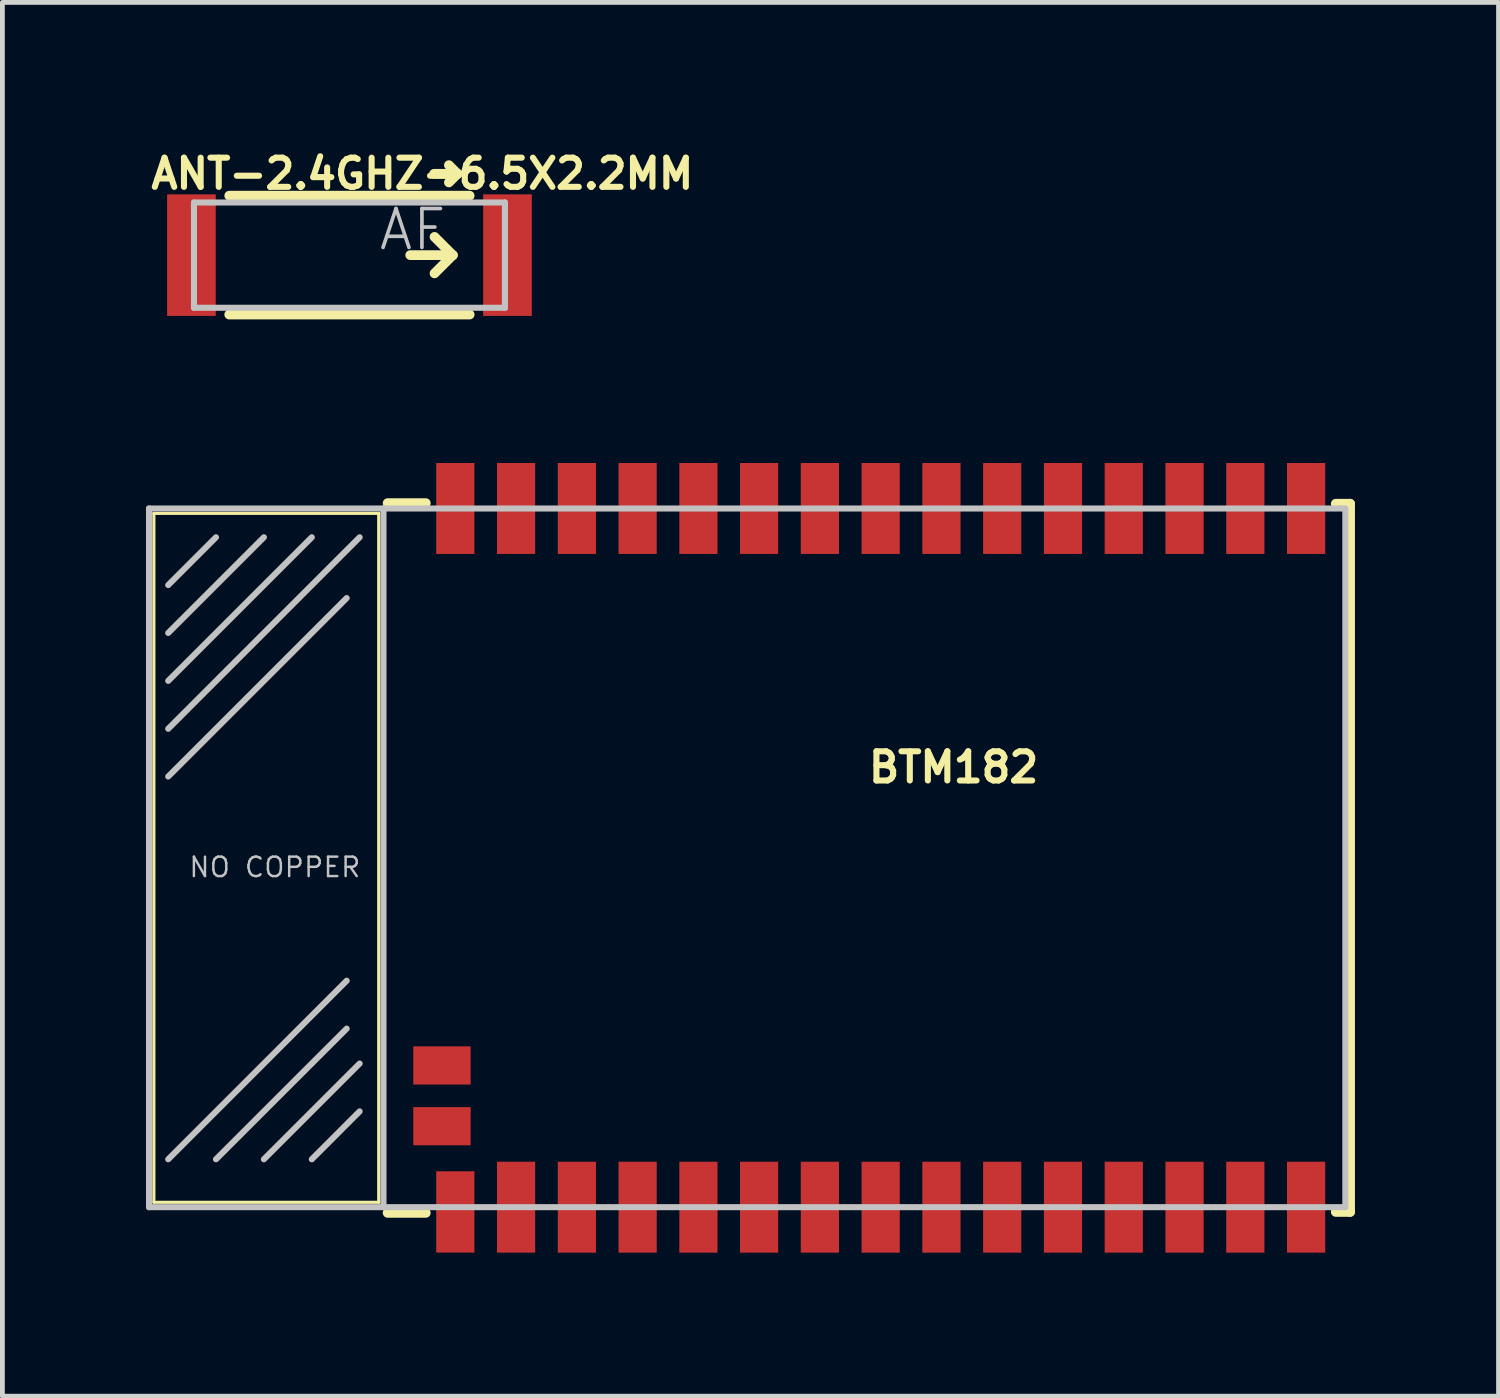
<source format=kicad_pcb>
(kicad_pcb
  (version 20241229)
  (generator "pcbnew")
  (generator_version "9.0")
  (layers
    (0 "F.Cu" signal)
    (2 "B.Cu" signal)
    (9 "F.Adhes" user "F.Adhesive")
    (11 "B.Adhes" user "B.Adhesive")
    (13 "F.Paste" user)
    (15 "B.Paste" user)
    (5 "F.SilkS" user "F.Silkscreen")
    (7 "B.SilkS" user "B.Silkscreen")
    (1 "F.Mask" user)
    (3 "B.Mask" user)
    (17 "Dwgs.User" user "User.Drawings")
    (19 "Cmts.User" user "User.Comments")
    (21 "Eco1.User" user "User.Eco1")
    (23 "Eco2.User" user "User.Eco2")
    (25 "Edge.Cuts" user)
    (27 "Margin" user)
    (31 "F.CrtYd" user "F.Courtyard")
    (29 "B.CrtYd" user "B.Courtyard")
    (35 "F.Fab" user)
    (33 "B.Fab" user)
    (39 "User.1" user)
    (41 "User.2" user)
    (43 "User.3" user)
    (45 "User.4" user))
  (footprint "BTM182"
    (layer "F.Cu")
    (at 12.563 14.875)
    (property "Reference" "BTM182" (at 4.313 -1.892 0) (layer "F.SilkS") (effects (font (size 0.61 0.61) (thickness 0.127))))
    (attr smd)
    (fp_line (start -12.398 -7.198) (end -7.699 -7.198) (stroke (width 0.066) (type solid)) (layer "F.SilkS"))
    (fp_line (start -12.398 7.198) (end -12.398 -7.198) (stroke (width 0.066) (type solid)) (layer "F.SilkS"))
    (fp_line (start -12.398 7.198) (end -7.699 7.198) (stroke (width 0.066) (type solid)) (layer "F.SilkS"))
    (fp_line (start -7.699 7.198) (end -7.699 -7.198) (stroke (width 0.066) (type solid)) (layer "F.SilkS"))
    (fp_line (start -7.513 -7.412) (end -6.716 -7.412) (stroke (width 0.203) (type solid)) (layer "F.SilkS"))
    (fp_line (start -7.513 7.419) (end -6.716 7.419) (stroke (width 0.203) (type solid)) (layer "F.SilkS"))
    (fp_line (start 12.299 -7.399) (end 12.598 -7.399) (stroke (width 0.203) (type solid)) (layer "F.SilkS"))
    (fp_line (start 12.299 7.399) (end 12.598 7.399) (stroke (width 0.203) (type solid)) (layer "F.SilkS"))
    (fp_line (start 12.598 -7.399) (end 12.598 7.399) (stroke (width 0.203) (type solid)) (layer "F.SilkS"))
    (fp_line (start -12.499 -7.3) (end -12.499 7.3) (stroke (width 0.127) (type solid)) (layer "Dwgs.User"))
    (fp_line (start -12.499 7.3) (end -7.6 7.3) (stroke (width 0.127) (type solid)) (layer "Dwgs.User"))
    (fp_line (start -12.098 -5.7) (end -11.1 -6.698) (stroke (width 0.127) (type solid)) (layer "Dwgs.User"))
    (fp_line (start -12.098 -4.699) (end -10.099 -6.698) (stroke (width 0.127) (type solid)) (layer "Dwgs.User"))
    (fp_line (start -12.098 -3.698) (end -9.098 -6.698) (stroke (width 0.127) (type solid)) (layer "Dwgs.User"))
    (fp_line (start -12.098 -2.697) (end -8.098 -6.698) (stroke (width 0.127) (type solid)) (layer "Dwgs.User"))
    (fp_line (start -12.098 -1.699) (end -8.369 -5.428) (stroke (width 0.127) (type solid)) (layer "Dwgs.User"))
    (fp_line (start -12.098 6.299) (end -8.369 2.568) (stroke (width 0.127) (type solid)) (layer "Dwgs.User"))
    (fp_line (start -11.1 6.299) (end -8.369 3.569) (stroke (width 0.127) (type solid)) (layer "Dwgs.User"))
    (fp_line (start -10.099 6.299) (end -8.098 4.298) (stroke (width 0.127) (type solid)) (layer "Dwgs.User"))
    (fp_line (start -9.098 6.299) (end -8.098 5.298) (stroke (width 0.127) (type solid)) (layer "Dwgs.User"))
    (fp_line (start -7.6 -7.3) (end -12.499 -7.3) (stroke (width 0.127) (type solid)) (layer "Dwgs.User"))
    (fp_line (start -7.6 -7.3) (end -7.6 7.3) (stroke (width 0.127) (type solid)) (layer "Dwgs.User"))
    (fp_line (start -7.6 7.3) (end 12.499 7.3) (stroke (width 0.127) (type solid)) (layer "Dwgs.User"))
    (fp_line (start 12.499 -7.3) (end -7.6 -7.3) (stroke (width 0.127) (type solid)) (layer "Dwgs.User"))
    (fp_line (start 12.499 7.3) (end 12.499 -7.3) (stroke (width 0.127) (type solid)) (layer "Dwgs.User"))
    (fp_text user "NO COPPER" (at -9.87 0.196 0) (layer "Dwgs.User") (effects (font (size 0.406 0.406) (thickness 0.051))))
    (pad "1" smd rect (at -6.099 7.399 90) (size 1.699 0.798) (layers "F.Cu" "F.Mask" "F.Paste"))
    (pad "2" smd rect (at -4.829 7.3 90) (size 1.9 0.798) (layers "F.Cu" "F.Mask" "F.Paste"))
    (pad "3" smd rect (at -3.559 7.3 90) (size 1.9 0.798) (layers "F.Cu" "F.Mask" "F.Paste"))
    (pad "4" smd rect (at -2.289 7.3 90) (size 1.9 0.798) (layers "F.Cu" "F.Mask" "F.Paste"))
    (pad "5" smd rect (at -1.019 7.3 90) (size 1.9 0.798) (layers "F.Cu" "F.Mask" "F.Paste"))
    (pad "6" smd rect (at 0.249 7.3 90) (size 1.9 0.798) (layers "F.Cu" "F.Mask" "F.Paste"))
    (pad "7" smd rect (at 1.519 7.3 90) (size 1.9 0.798) (layers "F.Cu" "F.Mask" "F.Paste"))
    (pad "8" smd rect (at 2.789 7.3 90) (size 1.9 0.798) (layers "F.Cu" "F.Mask" "F.Paste"))
    (pad "9" smd rect (at 4.059 7.3 90) (size 1.9 0.798) (layers "F.Cu" "F.Mask" "F.Paste"))
    (pad "10" smd rect (at 5.329 7.3 90) (size 1.9 0.798) (layers "F.Cu" "F.Mask" "F.Paste"))
    (pad "11" smd rect (at 6.599 7.3 90) (size 1.9 0.798) (layers "F.Cu" "F.Mask" "F.Paste"))
    (pad "12" smd rect (at 7.869 7.3 90) (size 1.9 0.798) (layers "F.Cu" "F.Mask" "F.Paste"))
    (pad "13" smd rect (at 9.139 7.3 90) (size 1.9 0.798) (layers "F.Cu" "F.Mask" "F.Paste"))
    (pad "14" smd rect (at 10.409 7.3 90) (size 1.9 0.798) (layers "F.Cu" "F.Mask" "F.Paste"))
    (pad "15" smd rect (at 11.679 7.3 90) (size 1.9 0.798) (layers "F.Cu" "F.Mask" "F.Paste"))
    (pad "16" smd rect (at 11.679 -7.3 90) (size 1.9 0.798) (layers "F.Cu" "F.Mask" "F.Paste"))
    (pad "17" smd rect (at 10.409 -7.3 90) (size 1.9 0.798) (layers "F.Cu" "F.Mask" "F.Paste"))
    (pad "18" smd rect (at 9.139 -7.3 90) (size 1.9 0.798) (layers "F.Cu" "F.Mask" "F.Paste"))
    (pad "19" smd rect (at 7.869 -7.3 90) (size 1.9 0.798) (layers "F.Cu" "F.Mask" "F.Paste"))
    (pad "20" smd rect (at 6.599 -7.3 90) (size 1.9 0.798) (layers "F.Cu" "F.Mask" "F.Paste"))
    (pad "21" smd rect (at 5.329 -7.3 90) (size 1.9 0.798) (layers "F.Cu" "F.Mask" "F.Paste"))
    (pad "22" smd rect (at 4.059 -7.3 90) (size 1.9 0.798) (layers "F.Cu" "F.Mask" "F.Paste"))
    (pad "23" smd rect (at 2.789 -7.3 90) (size 1.9 0.798) (layers "F.Cu" "F.Mask" "F.Paste"))
    (pad "24" smd rect (at 1.519 -7.3 90) (size 1.9 0.798) (layers "F.Cu" "F.Mask" "F.Paste"))
    (pad "25" smd rect (at 0.249 -7.3 90) (size 1.9 0.798) (layers "F.Cu" "F.Mask" "F.Paste"))
    (pad "26" smd rect (at -1.019 -7.3 90) (size 1.9 0.798) (layers "F.Cu" "F.Mask" "F.Paste"))
    (pad "27" smd rect (at -2.289 -7.3 90) (size 1.9 0.798) (layers "F.Cu" "F.Mask" "F.Paste"))
    (pad "28" smd rect (at -3.559 -7.3 90) (size 1.9 0.798) (layers "F.Cu" "F.Mask" "F.Paste"))
    (pad "29" smd rect (at -4.829 -7.3 90) (size 1.9 0.798) (layers "F.Cu" "F.Mask" "F.Paste"))
    (pad "30" smd rect (at -6.099 -7.3 90) (size 1.9 0.798) (layers "F.Cu" "F.Mask" "F.Paste"))
    (pad "31" smd rect (at -6.378 4.338) (size 1.199 0.798) (layers "F.Cu" "F.Mask" "F.Paste"))
    (pad "32" smd rect (at -6.378 5.608) (size 1.199 0.798) (layers "F.Cu" "F.Mask" "F.Paste")))
  (footprint "ANT-2.4GHZ-6.5X2.2MM"
    (layer "F.Cu")
    (at 4.252 2.281)
    (property "Reference" "ANT-2.4GHZ-6.5X2.2MM" (at 1.524 -1.702 0) (layer "F.SilkS") (effects (font (size 0.61 0.61) (thickness 0.127))))
    (attr smd)
    (fp_line (start -2.512 -1.242) (end 2.512 -1.242) (stroke (width 0.203) (type solid)) (layer "F.SilkS"))
    (fp_line (start -2.512 1.242) (end 2.512 1.242) (stroke (width 0.203) (type solid)) (layer "F.SilkS"))
    (fp_line (start 1.27 0) (end 2.159 0) (stroke (width 0.203) (type solid)) (layer "F.SilkS"))
    (fp_line (start 1.768 -1.699) (end 2.258 -1.699) (stroke (width 0.203) (type solid)) (layer "F.SilkS"))
    (fp_line (start 2.159 0) (end 1.778 -0.381) (stroke (width 0.203) (type solid)) (layer "F.SilkS"))
    (fp_line (start 2.159 0) (end 1.778 0.381) (stroke (width 0.203) (type solid)) (layer "F.SilkS"))
    (fp_line (start 2.258 -1.699) (end 2.078 -1.88) (stroke (width 0.203) (type solid)) (layer "F.SilkS"))
    (fp_line (start 2.258 -1.699) (end 2.078 -1.519) (stroke (width 0.203) (type solid)) (layer "F.SilkS"))
    (fp_line (start -3.249 -1.1) (end 3.249 -1.1) (stroke (width 0.127) (type solid)) (layer "Dwgs.User"))
    (fp_line (start -3.249 1.1) (end -3.249 -1.1) (stroke (width 0.127) (type solid)) (layer "Dwgs.User"))
    (fp_line (start 3.249 -1.1) (end 3.249 1.1) (stroke (width 0.127) (type solid)) (layer "Dwgs.User"))
    (fp_line (start 3.249 1.1) (end -3.249 1.1) (stroke (width 0.127) (type solid)) (layer "Dwgs.User"))
    (fp_text user "AF" (at 1.321 -0.533 0) (layer "Dwgs.User") (effects (font (size 0.813 0.813) (thickness 0.076))))
    (pad "FEED" smd rect (at -3.302 0 180) (size 1.016 2.54) (layers "F.Cu" "F.Mask" "F.Paste"))
    (pad "NC" smd rect (at 3.302 0 180) (size 1.016 2.54) (layers "F.Cu" "F.Mask" "F.Paste")))
  (gr_rect
    (start -3 -3)
    (end 28.263 26.125)
    (stroke (width 0.1) (type default))
    (fill no)
    (layer "Edge.Cuts")))
</source>
